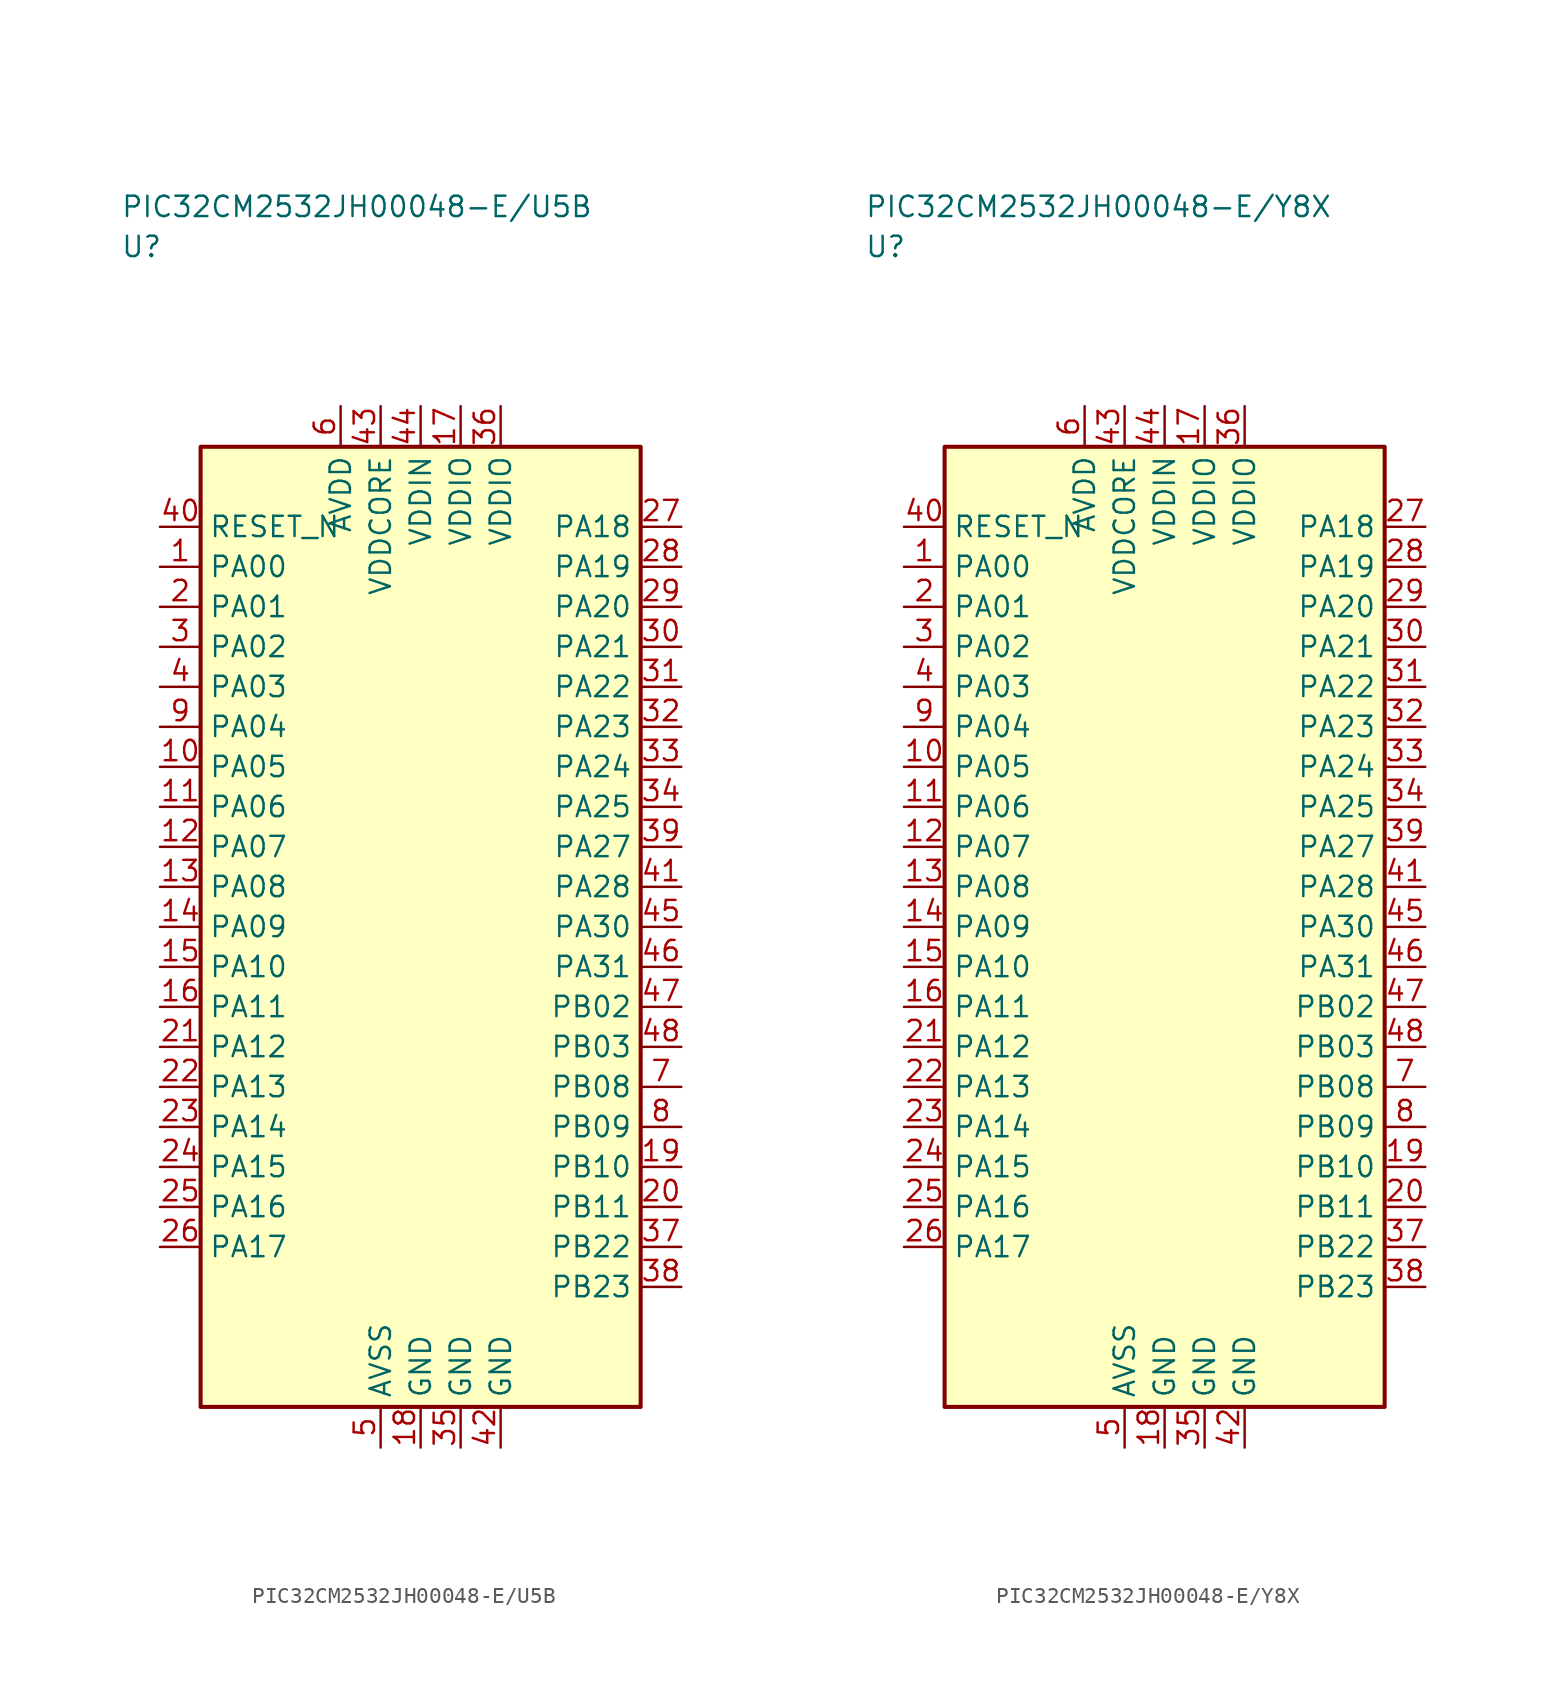
<source format=kicad_sym>
(kicad_symbol_lib
  (version 20241025)
  (generator "kicad_symbol_editor")
  (generator_version "8.0")
  (symbol "PIC32CM2532JH00048-E/U5B"
    (property "Reference" "U"
      (at -18.75 42.5 0)
      (effects (font (size 1.27 1.27)) (justify left)))
    (property "Value" "PIC32CM2532JH00048-E/U5B"
      (at -18.75 45.0 0)
      (effects (font (size 1.27 1.27)) (justify left)))
    (symbol "PIC32CM2532JH00048-E/U5B_0_1"
      (rectangle (start -13.75 30.0) (end 13.75 -30.0) (stroke (width 0.254) (type default)) (fill (type background))))
    (symbol "PIC32CM2532JH00048-E/U5B_1_1"
      (pin bidirectional line (at -16.29 22.5 0.0) (length 2.54) (name "PA00" (effects (font (size 1.27 1.27)))) (number "1" (effects (font (size 1.27 1.27)))))
      (pin bidirectional line (at -16.29 20.0 0.0) (length 2.54) (name "PA01" (effects (font (size 1.27 1.27)))) (number "2" (effects (font (size 1.27 1.27)))))
      (pin bidirectional line (at -16.29 17.5 0.0) (length 2.54) (name "PA02" (effects (font (size 1.27 1.27)))) (number "3" (effects (font (size 1.27 1.27)))))
      (pin bidirectional line (at -16.29 15.0 0.0) (length 2.54) (name "PA03" (effects (font (size 1.27 1.27)))) (number "4" (effects (font (size 1.27 1.27)))))
      (pin passive line (at -2.5 -32.54 90.0) (length 2.54) (name "AVSS" (effects (font (size 1.27 1.27)))) (number "5" (effects (font (size 1.27 1.27)))))
      (pin power_in line (at -5.0 32.54 270.0) (length 2.54) (name "AVDD" (effects (font (size 1.27 1.27)))) (number "6" (effects (font (size 1.27 1.27)))))
      (pin bidirectional line (at 16.29 -10.0 180.0) (length 2.54) (name "PB08" (effects (font (size 1.27 1.27)))) (number "7" (effects (font (size 1.27 1.27)))))
      (pin bidirectional line (at 16.29 -12.5 180.0) (length 2.54) (name "PB09" (effects (font (size 1.27 1.27)))) (number "8" (effects (font (size 1.27 1.27)))))
      (pin bidirectional line (at -16.29 12.5 0.0) (length 2.54) (name "PA04" (effects (font (size 1.27 1.27)))) (number "9" (effects (font (size 1.27 1.27)))))
      (pin bidirectional line (at -16.29 10.0 0.0) (length 2.54) (name "PA05" (effects (font (size 1.27 1.27)))) (number "10" (effects (font (size 1.27 1.27)))))
      (pin bidirectional line (at -16.29 7.5 0.0) (length 2.54) (name "PA06" (effects (font (size 1.27 1.27)))) (number "11" (effects (font (size 1.27 1.27)))))
      (pin bidirectional line (at -16.29 5.0 0.0) (length 2.54) (name "PA07" (effects (font (size 1.27 1.27)))) (number "12" (effects (font (size 1.27 1.27)))))
      (pin bidirectional line (at -16.29 2.5 0.0) (length 2.54) (name "PA08" (effects (font (size 1.27 1.27)))) (number "13" (effects (font (size 1.27 1.27)))))
      (pin bidirectional line (at -16.29 0.0 0.0) (length 2.54) (name "PA09" (effects (font (size 1.27 1.27)))) (number "14" (effects (font (size 1.27 1.27)))))
      (pin bidirectional line (at -16.29 -2.5 0.0) (length 2.54) (name "PA10" (effects (font (size 1.27 1.27)))) (number "15" (effects (font (size 1.27 1.27)))))
      (pin bidirectional line (at -16.29 -5.0 0.0) (length 2.54) (name "PA11" (effects (font (size 1.27 1.27)))) (number "16" (effects (font (size 1.27 1.27)))))
      (pin power_in line (at 2.5 32.54 270.0) (length 2.54) (name "VDDIO" (effects (font (size 1.27 1.27)))) (number "17" (effects (font (size 1.27 1.27)))))
      (pin passive line (at 0.0 -32.54 90.0) (length 2.54) (name "GND" (effects (font (size 1.27 1.27)))) (number "18" (effects (font (size 1.27 1.27)))))
      (pin bidirectional line (at 16.29 -15.0 180.0) (length 2.54) (name "PB10" (effects (font (size 1.27 1.27)))) (number "19" (effects (font (size 1.27 1.27)))))
      (pin bidirectional line (at 16.29 -17.5 180.0) (length 2.54) (name "PB11" (effects (font (size 1.27 1.27)))) (number "20" (effects (font (size 1.27 1.27)))))
      (pin bidirectional line (at -16.29 -7.5 0.0) (length 2.54) (name "PA12" (effects (font (size 1.27 1.27)))) (number "21" (effects (font (size 1.27 1.27)))))
      (pin bidirectional line (at -16.29 -10.0 0.0) (length 2.54) (name "PA13" (effects (font (size 1.27 1.27)))) (number "22" (effects (font (size 1.27 1.27)))))
      (pin bidirectional line (at -16.29 -12.5 0.0) (length 2.54) (name "PA14" (effects (font (size 1.27 1.27)))) (number "23" (effects (font (size 1.27 1.27)))))
      (pin bidirectional line (at -16.29 -15.0 0.0) (length 2.54) (name "PA15" (effects (font (size 1.27 1.27)))) (number "24" (effects (font (size 1.27 1.27)))))
      (pin bidirectional line (at -16.29 -17.5 0.0) (length 2.54) (name "PA16" (effects (font (size 1.27 1.27)))) (number "25" (effects (font (size 1.27 1.27)))))
      (pin bidirectional line (at -16.29 -20.0 0.0) (length 2.54) (name "PA17" (effects (font (size 1.27 1.27)))) (number "26" (effects (font (size 1.27 1.27)))))
      (pin bidirectional line (at 16.29 25.0 180.0) (length 2.54) (name "PA18" (effects (font (size 1.27 1.27)))) (number "27" (effects (font (size 1.27 1.27)))))
      (pin bidirectional line (at 16.29 22.5 180.0) (length 2.54) (name "PA19" (effects (font (size 1.27 1.27)))) (number "28" (effects (font (size 1.27 1.27)))))
      (pin bidirectional line (at 16.29 20.0 180.0) (length 2.54) (name "PA20" (effects (font (size 1.27 1.27)))) (number "29" (effects (font (size 1.27 1.27)))))
      (pin bidirectional line (at 16.29 17.5 180.0) (length 2.54) (name "PA21" (effects (font (size 1.27 1.27)))) (number "30" (effects (font (size 1.27 1.27)))))
      (pin bidirectional line (at 16.29 15.0 180.0) (length 2.54) (name "PA22" (effects (font (size 1.27 1.27)))) (number "31" (effects (font (size 1.27 1.27)))))
      (pin bidirectional line (at 16.29 12.5 180.0) (length 2.54) (name "PA23" (effects (font (size 1.27 1.27)))) (number "32" (effects (font (size 1.27 1.27)))))
      (pin bidirectional line (at 16.29 10.0 180.0) (length 2.54) (name "PA24" (effects (font (size 1.27 1.27)))) (number "33" (effects (font (size 1.27 1.27)))))
      (pin bidirectional line (at 16.29 7.5 180.0) (length 2.54) (name "PA25" (effects (font (size 1.27 1.27)))) (number "34" (effects (font (size 1.27 1.27)))))
      (pin passive line (at 2.5 -32.54 90.0) (length 2.54) (name "GND" (effects (font (size 1.27 1.27)))) (number "35" (effects (font (size 1.27 1.27)))))
      (pin power_in line (at 5.0 32.54 270.0) (length 2.54) (name "VDDIO" (effects (font (size 1.27 1.27)))) (number "36" (effects (font (size 1.27 1.27)))))
      (pin bidirectional line (at 16.29 -20.0 180.0) (length 2.54) (name "PB22" (effects (font (size 1.27 1.27)))) (number "37" (effects (font (size 1.27 1.27)))))
      (pin bidirectional line (at 16.29 -22.5 180.0) (length 2.54) (name "PB23" (effects (font (size 1.27 1.27)))) (number "38" (effects (font (size 1.27 1.27)))))
      (pin bidirectional line (at 16.29 5.0 180.0) (length 2.54) (name "PA27" (effects (font (size 1.27 1.27)))) (number "39" (effects (font (size 1.27 1.27)))))
      (pin input line (at -16.29 25.0 0.0) (length 2.54) (name "RESET_N" (effects (font (size 1.27 1.27)))) (number "40" (effects (font (size 1.27 1.27)))))
      (pin bidirectional line (at 16.29 2.5 180.0) (length 2.54) (name "PA28" (effects (font (size 1.27 1.27)))) (number "41" (effects (font (size 1.27 1.27)))))
      (pin passive line (at 5.0 -32.54 90.0) (length 2.54) (name "GND" (effects (font (size 1.27 1.27)))) (number "42" (effects (font (size 1.27 1.27)))))
      (pin power_in line (at -2.5 32.54 270.0) (length 2.54) (name "VDDCORE" (effects (font (size 1.27 1.27)))) (number "43" (effects (font (size 1.27 1.27)))))
      (pin power_in line (at 0.0 32.54 270.0) (length 2.54) (name "VDDIN" (effects (font (size 1.27 1.27)))) (number "44" (effects (font (size 1.27 1.27)))))
      (pin bidirectional line (at 16.29 0.0 180.0) (length 2.54) (name "PA30" (effects (font (size 1.27 1.27)))) (number "45" (effects (font (size 1.27 1.27)))))
      (pin bidirectional line (at 16.29 -2.5 180.0) (length 2.54) (name "PA31" (effects (font (size 1.27 1.27)))) (number "46" (effects (font (size 1.27 1.27)))))
      (pin bidirectional line (at 16.29 -5.0 180.0) (length 2.54) (name "PB02" (effects (font (size 1.27 1.27)))) (number "47" (effects (font (size 1.27 1.27)))))
      (pin bidirectional line (at 16.29 -7.5 180.0) (length 2.54) (name "PB03" (effects (font (size 1.27 1.27)))) (number "48" (effects (font (size 1.27 1.27)))))))
  (symbol "PIC32CM2532JH00048-E/Y8X"
    (property "Reference" "U"
      (at -18.75 42.5 0)
      (effects (font (size 1.27 1.27)) (justify left)))
    (property "Value" "PIC32CM2532JH00048-E/Y8X"
      (at -18.75 45.0 0)
      (effects (font (size 1.27 1.27)) (justify left)))
    (symbol "PIC32CM2532JH00048-E/Y8X_0_1"
      (rectangle (start -13.75 30.0) (end 13.75 -30.0) (stroke (width 0.254) (type default)) (fill (type background))))
    (symbol "PIC32CM2532JH00048-E/Y8X_1_1"
      (pin bidirectional line (at -16.29 22.5 0.0) (length 2.54) (name "PA00" (effects (font (size 1.27 1.27)))) (number "1" (effects (font (size 1.27 1.27)))))
      (pin bidirectional line (at -16.29 20.0 0.0) (length 2.54) (name "PA01" (effects (font (size 1.27 1.27)))) (number "2" (effects (font (size 1.27 1.27)))))
      (pin bidirectional line (at -16.29 17.5 0.0) (length 2.54) (name "PA02" (effects (font (size 1.27 1.27)))) (number "3" (effects (font (size 1.27 1.27)))))
      (pin bidirectional line (at -16.29 15.0 0.0) (length 2.54) (name "PA03" (effects (font (size 1.27 1.27)))) (number "4" (effects (font (size 1.27 1.27)))))
      (pin passive line (at -2.5 -32.54 90.0) (length 2.54) (name "AVSS" (effects (font (size 1.27 1.27)))) (number "5" (effects (font (size 1.27 1.27)))))
      (pin power_in line (at -5.0 32.54 270.0) (length 2.54) (name "AVDD" (effects (font (size 1.27 1.27)))) (number "6" (effects (font (size 1.27 1.27)))))
      (pin bidirectional line (at 16.29 -10.0 180.0) (length 2.54) (name "PB08" (effects (font (size 1.27 1.27)))) (number "7" (effects (font (size 1.27 1.27)))))
      (pin bidirectional line (at 16.29 -12.5 180.0) (length 2.54) (name "PB09" (effects (font (size 1.27 1.27)))) (number "8" (effects (font (size 1.27 1.27)))))
      (pin bidirectional line (at -16.29 12.5 0.0) (length 2.54) (name "PA04" (effects (font (size 1.27 1.27)))) (number "9" (effects (font (size 1.27 1.27)))))
      (pin bidirectional line (at -16.29 10.0 0.0) (length 2.54) (name "PA05" (effects (font (size 1.27 1.27)))) (number "10" (effects (font (size 1.27 1.27)))))
      (pin bidirectional line (at -16.29 7.5 0.0) (length 2.54) (name "PA06" (effects (font (size 1.27 1.27)))) (number "11" (effects (font (size 1.27 1.27)))))
      (pin bidirectional line (at -16.29 5.0 0.0) (length 2.54) (name "PA07" (effects (font (size 1.27 1.27)))) (number "12" (effects (font (size 1.27 1.27)))))
      (pin bidirectional line (at -16.29 2.5 0.0) (length 2.54) (name "PA08" (effects (font (size 1.27 1.27)))) (number "13" (effects (font (size 1.27 1.27)))))
      (pin bidirectional line (at -16.29 0.0 0.0) (length 2.54) (name "PA09" (effects (font (size 1.27 1.27)))) (number "14" (effects (font (size 1.27 1.27)))))
      (pin bidirectional line (at -16.29 -2.5 0.0) (length 2.54) (name "PA10" (effects (font (size 1.27 1.27)))) (number "15" (effects (font (size 1.27 1.27)))))
      (pin bidirectional line (at -16.29 -5.0 0.0) (length 2.54) (name "PA11" (effects (font (size 1.27 1.27)))) (number "16" (effects (font (size 1.27 1.27)))))
      (pin power_in line (at 2.5 32.54 270.0) (length 2.54) (name "VDDIO" (effects (font (size 1.27 1.27)))) (number "17" (effects (font (size 1.27 1.27)))))
      (pin passive line (at 0.0 -32.54 90.0) (length 2.54) (name "GND" (effects (font (size 1.27 1.27)))) (number "18" (effects (font (size 1.27 1.27)))))
      (pin bidirectional line (at 16.29 -15.0 180.0) (length 2.54) (name "PB10" (effects (font (size 1.27 1.27)))) (number "19" (effects (font (size 1.27 1.27)))))
      (pin bidirectional line (at 16.29 -17.5 180.0) (length 2.54) (name "PB11" (effects (font (size 1.27 1.27)))) (number "20" (effects (font (size 1.27 1.27)))))
      (pin bidirectional line (at -16.29 -7.5 0.0) (length 2.54) (name "PA12" (effects (font (size 1.27 1.27)))) (number "21" (effects (font (size 1.27 1.27)))))
      (pin bidirectional line (at -16.29 -10.0 0.0) (length 2.54) (name "PA13" (effects (font (size 1.27 1.27)))) (number "22" (effects (font (size 1.27 1.27)))))
      (pin bidirectional line (at -16.29 -12.5 0.0) (length 2.54) (name "PA14" (effects (font (size 1.27 1.27)))) (number "23" (effects (font (size 1.27 1.27)))))
      (pin bidirectional line (at -16.29 -15.0 0.0) (length 2.54) (name "PA15" (effects (font (size 1.27 1.27)))) (number "24" (effects (font (size 1.27 1.27)))))
      (pin bidirectional line (at -16.29 -17.5 0.0) (length 2.54) (name "PA16" (effects (font (size 1.27 1.27)))) (number "25" (effects (font (size 1.27 1.27)))))
      (pin bidirectional line (at -16.29 -20.0 0.0) (length 2.54) (name "PA17" (effects (font (size 1.27 1.27)))) (number "26" (effects (font (size 1.27 1.27)))))
      (pin bidirectional line (at 16.29 25.0 180.0) (length 2.54) (name "PA18" (effects (font (size 1.27 1.27)))) (number "27" (effects (font (size 1.27 1.27)))))
      (pin bidirectional line (at 16.29 22.5 180.0) (length 2.54) (name "PA19" (effects (font (size 1.27 1.27)))) (number "28" (effects (font (size 1.27 1.27)))))
      (pin bidirectional line (at 16.29 20.0 180.0) (length 2.54) (name "PA20" (effects (font (size 1.27 1.27)))) (number "29" (effects (font (size 1.27 1.27)))))
      (pin bidirectional line (at 16.29 17.5 180.0) (length 2.54) (name "PA21" (effects (font (size 1.27 1.27)))) (number "30" (effects (font (size 1.27 1.27)))))
      (pin bidirectional line (at 16.29 15.0 180.0) (length 2.54) (name "PA22" (effects (font (size 1.27 1.27)))) (number "31" (effects (font (size 1.27 1.27)))))
      (pin bidirectional line (at 16.29 12.5 180.0) (length 2.54) (name "PA23" (effects (font (size 1.27 1.27)))) (number "32" (effects (font (size 1.27 1.27)))))
      (pin bidirectional line (at 16.29 10.0 180.0) (length 2.54) (name "PA24" (effects (font (size 1.27 1.27)))) (number "33" (effects (font (size 1.27 1.27)))))
      (pin bidirectional line (at 16.29 7.5 180.0) (length 2.54) (name "PA25" (effects (font (size 1.27 1.27)))) (number "34" (effects (font (size 1.27 1.27)))))
      (pin passive line (at 2.5 -32.54 90.0) (length 2.54) (name "GND" (effects (font (size 1.27 1.27)))) (number "35" (effects (font (size 1.27 1.27)))))
      (pin power_in line (at 5.0 32.54 270.0) (length 2.54) (name "VDDIO" (effects (font (size 1.27 1.27)))) (number "36" (effects (font (size 1.27 1.27)))))
      (pin bidirectional line (at 16.29 -20.0 180.0) (length 2.54) (name "PB22" (effects (font (size 1.27 1.27)))) (number "37" (effects (font (size 1.27 1.27)))))
      (pin bidirectional line (at 16.29 -22.5 180.0) (length 2.54) (name "PB23" (effects (font (size 1.27 1.27)))) (number "38" (effects (font (size 1.27 1.27)))))
      (pin bidirectional line (at 16.29 5.0 180.0) (length 2.54) (name "PA27" (effects (font (size 1.27 1.27)))) (number "39" (effects (font (size 1.27 1.27)))))
      (pin input line (at -16.29 25.0 0.0) (length 2.54) (name "RESET_N" (effects (font (size 1.27 1.27)))) (number "40" (effects (font (size 1.27 1.27)))))
      (pin bidirectional line (at 16.29 2.5 180.0) (length 2.54) (name "PA28" (effects (font (size 1.27 1.27)))) (number "41" (effects (font (size 1.27 1.27)))))
      (pin passive line (at 5.0 -32.54 90.0) (length 2.54) (name "GND" (effects (font (size 1.27 1.27)))) (number "42" (effects (font (size 1.27 1.27)))))
      (pin power_in line (at -2.5 32.54 270.0) (length 2.54) (name "VDDCORE" (effects (font (size 1.27 1.27)))) (number "43" (effects (font (size 1.27 1.27)))))
      (pin power_in line (at 0.0 32.54 270.0) (length 2.54) (name "VDDIN" (effects (font (size 1.27 1.27)))) (number "44" (effects (font (size 1.27 1.27)))))
      (pin bidirectional line (at 16.29 0.0 180.0) (length 2.54) (name "PA30" (effects (font (size 1.27 1.27)))) (number "45" (effects (font (size 1.27 1.27)))))
      (pin bidirectional line (at 16.29 -2.5 180.0) (length 2.54) (name "PA31" (effects (font (size 1.27 1.27)))) (number "46" (effects (font (size 1.27 1.27)))))
      (pin bidirectional line (at 16.29 -5.0 180.0) (length 2.54) (name "PB02" (effects (font (size 1.27 1.27)))) (number "47" (effects (font (size 1.27 1.27)))))
      (pin bidirectional line (at 16.29 -7.5 180.0) (length 2.54) (name "PB03" (effects (font (size 1.27 1.27)))) (number "48" (effects (font (size 1.27 1.27))))))))
</source>
